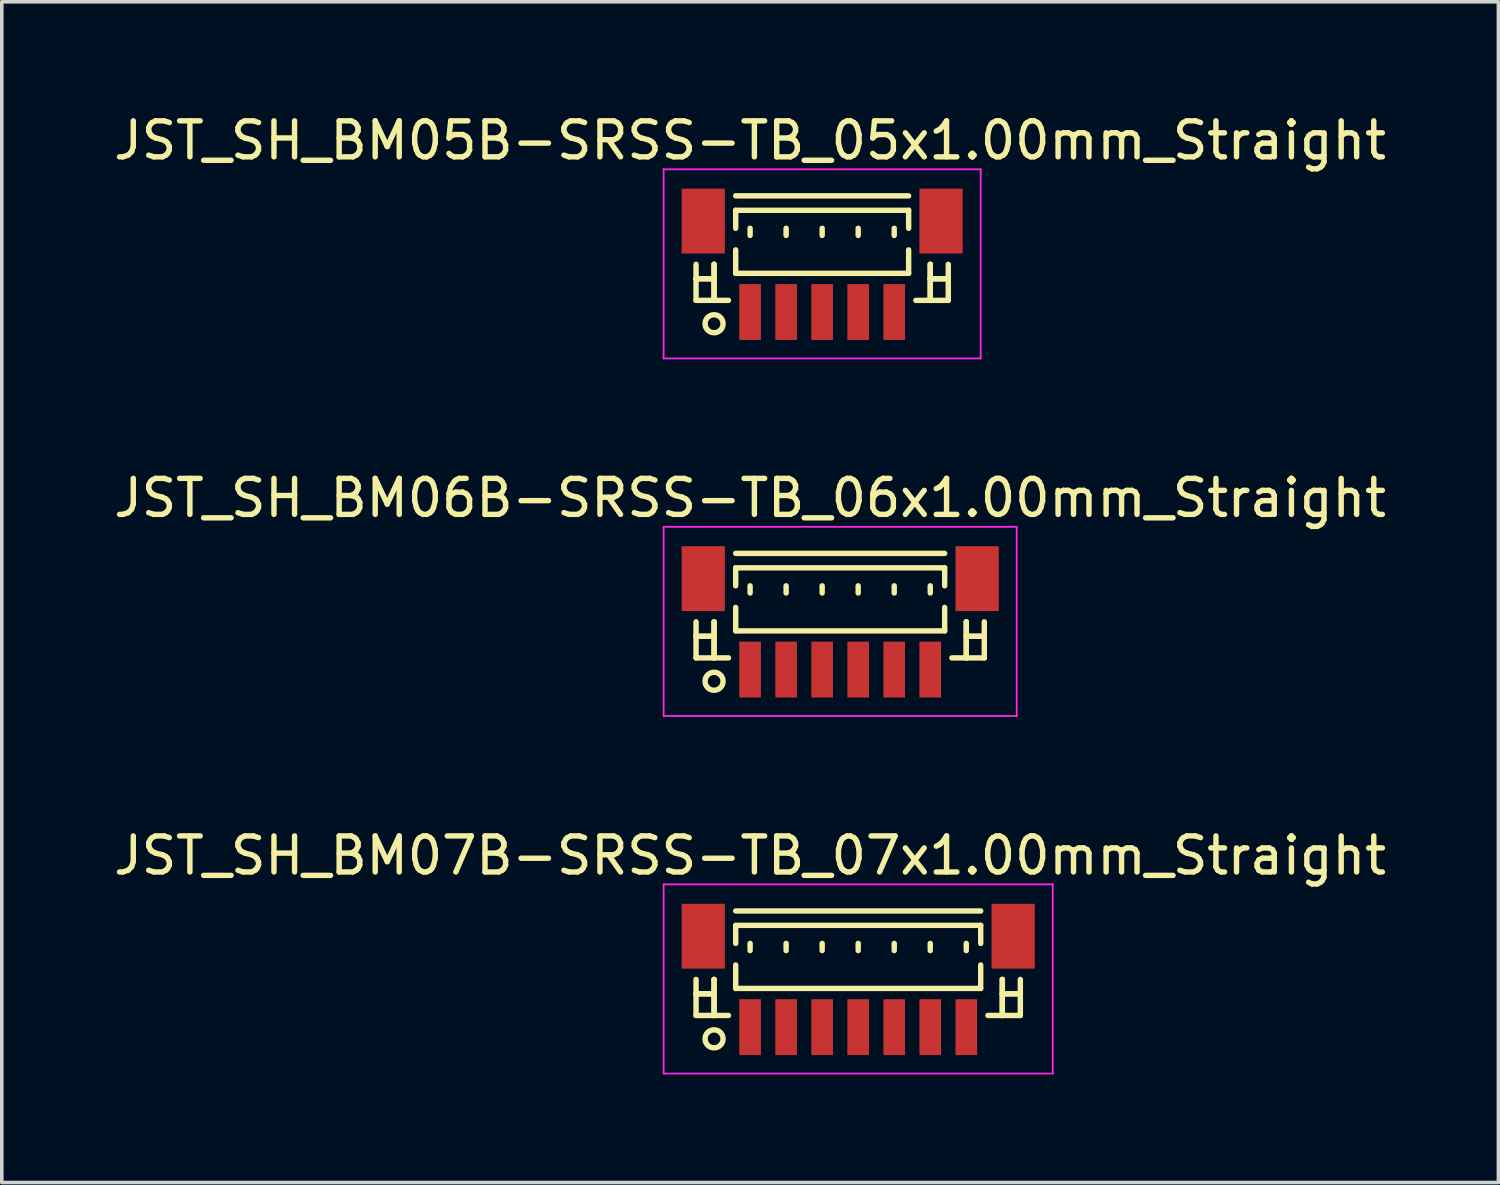
<source format=kicad_pcb>
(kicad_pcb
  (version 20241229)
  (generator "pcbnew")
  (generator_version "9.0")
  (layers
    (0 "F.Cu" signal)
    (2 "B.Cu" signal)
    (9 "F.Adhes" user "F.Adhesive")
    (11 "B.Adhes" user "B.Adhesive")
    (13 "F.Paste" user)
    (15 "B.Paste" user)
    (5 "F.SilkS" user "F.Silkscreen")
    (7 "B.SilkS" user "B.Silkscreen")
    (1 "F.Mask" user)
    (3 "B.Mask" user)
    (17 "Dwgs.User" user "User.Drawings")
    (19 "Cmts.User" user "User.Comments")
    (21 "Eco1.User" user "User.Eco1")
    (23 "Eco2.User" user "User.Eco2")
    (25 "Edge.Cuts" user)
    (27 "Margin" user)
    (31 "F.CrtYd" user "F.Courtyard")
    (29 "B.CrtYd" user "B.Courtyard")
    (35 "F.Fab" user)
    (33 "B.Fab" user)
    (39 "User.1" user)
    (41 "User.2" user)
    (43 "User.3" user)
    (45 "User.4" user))
  (footprint "JST_SH_BM06B-SRSS-TB_06x1.00mm_Straight"
    (layer "F.Cu")
    (at 20.268 14.271)
    (property "Reference" "JST_SH_BM06B-SRSS-TB_06x1.00mm_Straight" (at -2.5 -3.5 0) (layer "F.SilkS") (effects (font (size 1 1) (thickness 0.15))))
    (attr smd)
    (fp_line (start -4 -0.062) (end -4 0.938) (stroke (width 0.15) (type solid)) (layer "F.SilkS"))
    (fp_line (start -4 0.338) (end -4 0.338) (stroke (width 0.15) (type solid)) (layer "F.SilkS"))
    (fp_line (start -4 0.338) (end -3.5 0.338) (stroke (width 0.15) (type solid)) (layer "F.SilkS"))
    (fp_line (start -4 0.938) (end -3.1 0.938) (stroke (width 0.15) (type solid)) (layer "F.SilkS"))
    (fp_line (start -3.5 -0.062) (end -3.5 -0.062) (stroke (width 0.15) (type solid)) (layer "F.SilkS"))
    (fp_line (start -3.5 -0.062) (end -3.5 0.938) (stroke (width 0.15) (type solid)) (layer "F.SilkS"))
    (fp_line (start -3.5 0.338) (end -4 0.338) (stroke (width 0.15) (type solid)) (layer "F.SilkS"))
    (fp_line (start -3.5 0.338) (end -3.5 0.338) (stroke (width 0.15) (type solid)) (layer "F.SilkS"))
    (fp_line (start -3.5 0.938) (end -3.5 -0.062) (stroke (width 0.15) (type solid)) (layer "F.SilkS"))
    (fp_line (start -3.5 0.938) (end -3.5 0.938) (stroke (width 0.15) (type solid)) (layer "F.SilkS"))
    (fp_line (start -2.9 -1.962) (end 2.9 -1.962) (stroke (width 0.15) (type solid)) (layer "F.SilkS"))
    (fp_line (start -2.9 -1.562) (end 2.9 -1.562) (stroke (width 0.15) (type solid)) (layer "F.SilkS"))
    (fp_line (start -2.9 -1.062) (end -2.9 -1.562) (stroke (width 0.15) (type solid)) (layer "F.SilkS"))
    (fp_line (start -2.9 -0.463) (end -2.9 0.188) (stroke (width 0.15) (type solid)) (layer "F.SilkS"))
    (fp_line (start -2.9 0.188) (end 2.9 0.188) (stroke (width 0.15) (type solid)) (layer "F.SilkS"))
    (fp_line (start -2.5 -1.062) (end -2.5 -0.863) (stroke (width 0.15) (type solid)) (layer "F.SilkS"))
    (fp_line (start -1.5 -1.062) (end -1.5 -0.863) (stroke (width 0.15) (type solid)) (layer "F.SilkS"))
    (fp_line (start -0.5 -1.062) (end -0.5 -0.863) (stroke (width 0.15) (type solid)) (layer "F.SilkS"))
    (fp_line (start 0.5 -1.062) (end 0.5 -0.863) (stroke (width 0.15) (type solid)) (layer "F.SilkS"))
    (fp_line (start 1.5 -1.062) (end 1.5 -0.863) (stroke (width 0.15) (type solid)) (layer "F.SilkS"))
    (fp_line (start 2.5 -1.062) (end 2.5 -0.863) (stroke (width 0.15) (type solid)) (layer "F.SilkS"))
    (fp_line (start 2.9 -1.562) (end 2.9 -1.062) (stroke (width 0.15) (type solid)) (layer "F.SilkS"))
    (fp_line (start 2.9 0.188) (end 2.9 -0.463) (stroke (width 0.15) (type solid)) (layer "F.SilkS"))
    (fp_line (start 3.5 -0.062) (end 3.5 -0.062) (stroke (width 0.15) (type solid)) (layer "F.SilkS"))
    (fp_line (start 3.5 -0.062) (end 3.5 0.938) (stroke (width 0.15) (type solid)) (layer "F.SilkS"))
    (fp_line (start 3.5 0.338) (end 3.5 0.338) (stroke (width 0.15) (type solid)) (layer "F.SilkS"))
    (fp_line (start 3.5 0.338) (end 4 0.338) (stroke (width 0.15) (type solid)) (layer "F.SilkS"))
    (fp_line (start 3.5 0.938) (end 3.5 -0.062) (stroke (width 0.15) (type solid)) (layer "F.SilkS"))
    (fp_line (start 3.5 0.938) (end 3.5 0.938) (stroke (width 0.15) (type solid)) (layer "F.SilkS"))
    (fp_line (start 4 -0.062) (end 4 0.938) (stroke (width 0.15) (type solid)) (layer "F.SilkS"))
    (fp_line (start 4 0.338) (end 3.5 0.338) (stroke (width 0.15) (type solid)) (layer "F.SilkS"))
    (fp_line (start 4 0.338) (end 4 0.338) (stroke (width 0.15) (type solid)) (layer "F.SilkS"))
    (fp_line (start 4 0.938) (end 3.1 0.938) (stroke (width 0.15) (type solid)) (layer "F.SilkS"))
    (fp_circle (center -3.5 1.587) (end -3.25 1.587) (stroke (width 0.15) (type solid)) (fill no) (layer "F.SilkS"))
    (fp_line (start -4.9 -2.7) (end 4.9 -2.7) (stroke (width 0.05) (type solid)) (layer "F.CrtYd"))
    (fp_line (start -4.9 2.55) (end -4.9 -2.7) (stroke (width 0.05) (type solid)) (layer "F.CrtYd"))
    (fp_line (start 4.9 -2.7) (end 4.9 2.55) (stroke (width 0.05) (type solid)) (layer "F.CrtYd"))
    (fp_line (start 4.9 2.55) (end -4.9 2.55) (stroke (width 0.05) (type solid)) (layer "F.CrtYd"))
    (pad "" smd rect (at -3.8 -1.262) (size 1.2 1.8) (layers "F.Cu" "F.Mask" "F.Paste"))
    (pad "" smd rect (at 3.8 -1.262) (size 1.2 1.8) (layers "F.Cu" "F.Mask" "F.Paste"))
    (pad "1" smd rect (at -2.5 1.262) (size 0.6 1.55) (layers "F.Cu" "F.Mask" "F.Paste"))
    (pad "2" smd rect (at -1.5 1.262) (size 0.6 1.55) (layers "F.Cu" "F.Mask" "F.Paste"))
    (pad "3" smd rect (at -0.5 1.262) (size 0.6 1.55) (layers "F.Cu" "F.Mask" "F.Paste"))
    (pad "4" smd rect (at 0.5 1.262) (size 0.6 1.55) (layers "F.Cu" "F.Mask" "F.Paste"))
    (pad "5" smd rect (at 1.5 1.262) (size 0.6 1.55) (layers "F.Cu" "F.Mask" "F.Paste"))
    (pad "6" smd rect (at 2.5 1.262) (size 0.6 1.55) (layers "F.Cu" "F.Mask" "F.Paste")))
  (footprint "JST_SH_BM05B-SRSS-TB_05x1.00mm_Straight"
    (layer "F.Cu")
    (at 19.768 4.348)
    (property "Reference" "JST_SH_BM05B-SRSS-TB_05x1.00mm_Straight" (at -2 -3.5 0) (layer "F.SilkS") (effects (font (size 1 1) (thickness 0.15))))
    (attr smd)
    (fp_line (start -3.5 -0.062) (end -3.5 0.938) (stroke (width 0.15) (type solid)) (layer "F.SilkS"))
    (fp_line (start -3.5 0.338) (end -3.5 0.338) (stroke (width 0.15) (type solid)) (layer "F.SilkS"))
    (fp_line (start -3.5 0.338) (end -3 0.338) (stroke (width 0.15) (type solid)) (layer "F.SilkS"))
    (fp_line (start -3.5 0.938) (end -2.6 0.938) (stroke (width 0.15) (type solid)) (layer "F.SilkS"))
    (fp_line (start -3 -0.062) (end -3 -0.062) (stroke (width 0.15) (type solid)) (layer "F.SilkS"))
    (fp_line (start -3 -0.062) (end -3 0.938) (stroke (width 0.15) (type solid)) (layer "F.SilkS"))
    (fp_line (start -3 0.338) (end -3.5 0.338) (stroke (width 0.15) (type solid)) (layer "F.SilkS"))
    (fp_line (start -3 0.338) (end -3 0.338) (stroke (width 0.15) (type solid)) (layer "F.SilkS"))
    (fp_line (start -3 0.938) (end -3 -0.062) (stroke (width 0.15) (type solid)) (layer "F.SilkS"))
    (fp_line (start -3 0.938) (end -3 0.938) (stroke (width 0.15) (type solid)) (layer "F.SilkS"))
    (fp_line (start -2.4 -1.962) (end 2.4 -1.962) (stroke (width 0.15) (type solid)) (layer "F.SilkS"))
    (fp_line (start -2.4 -1.562) (end 2.4 -1.562) (stroke (width 0.15) (type solid)) (layer "F.SilkS"))
    (fp_line (start -2.4 -1.062) (end -2.4 -1.562) (stroke (width 0.15) (type solid)) (layer "F.SilkS"))
    (fp_line (start -2.4 -0.463) (end -2.4 0.188) (stroke (width 0.15) (type solid)) (layer "F.SilkS"))
    (fp_line (start -2.4 0.188) (end 2.4 0.188) (stroke (width 0.15) (type solid)) (layer "F.SilkS"))
    (fp_line (start -2 -1.062) (end -2 -0.863) (stroke (width 0.15) (type solid)) (layer "F.SilkS"))
    (fp_line (start -1 -1.062) (end -1 -0.863) (stroke (width 0.15) (type solid)) (layer "F.SilkS"))
    (fp_line (start 0 -1.062) (end 0 -0.863) (stroke (width 0.15) (type solid)) (layer "F.SilkS"))
    (fp_line (start 1 -1.062) (end 1 -0.863) (stroke (width 0.15) (type solid)) (layer "F.SilkS"))
    (fp_line (start 2 -1.062) (end 2 -0.863) (stroke (width 0.15) (type solid)) (layer "F.SilkS"))
    (fp_line (start 2.4 -1.562) (end 2.4 -1.062) (stroke (width 0.15) (type solid)) (layer "F.SilkS"))
    (fp_line (start 2.4 0.188) (end 2.4 -0.463) (stroke (width 0.15) (type solid)) (layer "F.SilkS"))
    (fp_line (start 3 -0.062) (end 3 -0.062) (stroke (width 0.15) (type solid)) (layer "F.SilkS"))
    (fp_line (start 3 -0.062) (end 3 0.938) (stroke (width 0.15) (type solid)) (layer "F.SilkS"))
    (fp_line (start 3 0.338) (end 3 0.338) (stroke (width 0.15) (type solid)) (layer "F.SilkS"))
    (fp_line (start 3 0.338) (end 3.5 0.338) (stroke (width 0.15) (type solid)) (layer "F.SilkS"))
    (fp_line (start 3 0.938) (end 3 -0.062) (stroke (width 0.15) (type solid)) (layer "F.SilkS"))
    (fp_line (start 3 0.938) (end 3 0.938) (stroke (width 0.15) (type solid)) (layer "F.SilkS"))
    (fp_line (start 3.5 -0.062) (end 3.5 0.938) (stroke (width 0.15) (type solid)) (layer "F.SilkS"))
    (fp_line (start 3.5 0.338) (end 3 0.338) (stroke (width 0.15) (type solid)) (layer "F.SilkS"))
    (fp_line (start 3.5 0.338) (end 3.5 0.338) (stroke (width 0.15) (type solid)) (layer "F.SilkS"))
    (fp_line (start 3.5 0.938) (end 2.6 0.938) (stroke (width 0.15) (type solid)) (layer "F.SilkS"))
    (fp_circle (center -3 1.587) (end -2.75 1.587) (stroke (width 0.15) (type solid)) (fill no) (layer "F.SilkS"))
    (fp_line (start -4.4 -2.7) (end 4.4 -2.7) (stroke (width 0.05) (type solid)) (layer "F.CrtYd"))
    (fp_line (start -4.4 2.55) (end -4.4 -2.7) (stroke (width 0.05) (type solid)) (layer "F.CrtYd"))
    (fp_line (start 4.4 -2.7) (end 4.4 2.55) (stroke (width 0.05) (type solid)) (layer "F.CrtYd"))
    (fp_line (start 4.4 2.55) (end -4.4 2.55) (stroke (width 0.05) (type solid)) (layer "F.CrtYd"))
    (pad "" smd rect (at -3.3 -1.262) (size 1.2 1.8) (layers "F.Cu" "F.Mask" "F.Paste"))
    (pad "" smd rect (at 3.3 -1.262) (size 1.2 1.8) (layers "F.Cu" "F.Mask" "F.Paste"))
    (pad "1" smd rect (at -2 1.262) (size 0.6 1.55) (layers "F.Cu" "F.Mask" "F.Paste"))
    (pad "2" smd rect (at -1 1.262) (size 0.6 1.55) (layers "F.Cu" "F.Mask" "F.Paste"))
    (pad "3" smd rect (at 0 1.262) (size 0.6 1.55) (layers "F.Cu" "F.Mask" "F.Paste"))
    (pad "4" smd rect (at 1 1.262) (size 0.6 1.55) (layers "F.Cu" "F.Mask" "F.Paste"))
    (pad "5" smd rect (at 2 1.262) (size 0.6 1.55) (layers "F.Cu" "F.Mask" "F.Paste")))
  (footprint "JST_SH_BM07B-SRSS-TB_07x1.00mm_Straight"
    (layer "F.Cu")
    (at 20.768 24.195)
    (property "Reference" "JST_SH_BM07B-SRSS-TB_07x1.00mm_Straight" (at -3 -3.5 0) (layer "F.SilkS") (effects (font (size 1 1) (thickness 0.15))))
    (attr smd)
    (fp_line (start -4.5 -0.062) (end -4.5 0.938) (stroke (width 0.15) (type solid)) (layer "F.SilkS"))
    (fp_line (start -4.5 0.338) (end -4.5 0.338) (stroke (width 0.15) (type solid)) (layer "F.SilkS"))
    (fp_line (start -4.5 0.338) (end -4 0.338) (stroke (width 0.15) (type solid)) (layer "F.SilkS"))
    (fp_line (start -4.5 0.938) (end -3.6 0.938) (stroke (width 0.15) (type solid)) (layer "F.SilkS"))
    (fp_line (start -4 -0.062) (end -4 -0.062) (stroke (width 0.15) (type solid)) (layer "F.SilkS"))
    (fp_line (start -4 -0.062) (end -4 0.938) (stroke (width 0.15) (type solid)) (layer "F.SilkS"))
    (fp_line (start -4 0.338) (end -4.5 0.338) (stroke (width 0.15) (type solid)) (layer "F.SilkS"))
    (fp_line (start -4 0.338) (end -4 0.338) (stroke (width 0.15) (type solid)) (layer "F.SilkS"))
    (fp_line (start -4 0.938) (end -4 -0.062) (stroke (width 0.15) (type solid)) (layer "F.SilkS"))
    (fp_line (start -4 0.938) (end -4 0.938) (stroke (width 0.15) (type solid)) (layer "F.SilkS"))
    (fp_line (start -3.4 -1.962) (end 3.4 -1.962) (stroke (width 0.15) (type solid)) (layer "F.SilkS"))
    (fp_line (start -3.4 -1.562) (end 3.4 -1.562) (stroke (width 0.15) (type solid)) (layer "F.SilkS"))
    (fp_line (start -3.4 -1.062) (end -3.4 -1.562) (stroke (width 0.15) (type solid)) (layer "F.SilkS"))
    (fp_line (start -3.4 -0.463) (end -3.4 0.188) (stroke (width 0.15) (type solid)) (layer "F.SilkS"))
    (fp_line (start -3.4 0.188) (end 3.4 0.188) (stroke (width 0.15) (type solid)) (layer "F.SilkS"))
    (fp_line (start -3 -1.062) (end -3 -0.863) (stroke (width 0.15) (type solid)) (layer "F.SilkS"))
    (fp_line (start -2 -1.062) (end -2 -0.863) (stroke (width 0.15) (type solid)) (layer "F.SilkS"))
    (fp_line (start -1 -1.062) (end -1 -0.863) (stroke (width 0.15) (type solid)) (layer "F.SilkS"))
    (fp_line (start 0 -1.062) (end 0 -0.863) (stroke (width 0.15) (type solid)) (layer "F.SilkS"))
    (fp_line (start 1 -1.062) (end 1 -0.863) (stroke (width 0.15) (type solid)) (layer "F.SilkS"))
    (fp_line (start 2 -1.062) (end 2 -0.863) (stroke (width 0.15) (type solid)) (layer "F.SilkS"))
    (fp_line (start 3 -1.062) (end 3 -0.863) (stroke (width 0.15) (type solid)) (layer "F.SilkS"))
    (fp_line (start 3.4 -1.562) (end 3.4 -1.062) (stroke (width 0.15) (type solid)) (layer "F.SilkS"))
    (fp_line (start 3.4 0.188) (end 3.4 -0.463) (stroke (width 0.15) (type solid)) (layer "F.SilkS"))
    (fp_line (start 4 -0.062) (end 4 -0.062) (stroke (width 0.15) (type solid)) (layer "F.SilkS"))
    (fp_line (start 4 -0.062) (end 4 0.938) (stroke (width 0.15) (type solid)) (layer "F.SilkS"))
    (fp_line (start 4 0.338) (end 4 0.338) (stroke (width 0.15) (type solid)) (layer "F.SilkS"))
    (fp_line (start 4 0.338) (end 4.5 0.338) (stroke (width 0.15) (type solid)) (layer "F.SilkS"))
    (fp_line (start 4 0.938) (end 4 -0.062) (stroke (width 0.15) (type solid)) (layer "F.SilkS"))
    (fp_line (start 4 0.938) (end 4 0.938) (stroke (width 0.15) (type solid)) (layer "F.SilkS"))
    (fp_line (start 4.5 -0.062) (end 4.5 0.938) (stroke (width 0.15) (type solid)) (layer "F.SilkS"))
    (fp_line (start 4.5 0.338) (end 4 0.338) (stroke (width 0.15) (type solid)) (layer "F.SilkS"))
    (fp_line (start 4.5 0.338) (end 4.5 0.338) (stroke (width 0.15) (type solid)) (layer "F.SilkS"))
    (fp_line (start 4.5 0.938) (end 3.6 0.938) (stroke (width 0.15) (type solid)) (layer "F.SilkS"))
    (fp_circle (center -4 1.587) (end -3.75 1.587) (stroke (width 0.15) (type solid)) (fill no) (layer "F.SilkS"))
    (fp_line (start -5.4 -2.7) (end 5.4 -2.7) (stroke (width 0.05) (type solid)) (layer "F.CrtYd"))
    (fp_line (start -5.4 2.55) (end -5.4 -2.7) (stroke (width 0.05) (type solid)) (layer "F.CrtYd"))
    (fp_line (start 5.4 -2.7) (end 5.4 2.55) (stroke (width 0.05) (type solid)) (layer "F.CrtYd"))
    (fp_line (start 5.4 2.55) (end -5.4 2.55) (stroke (width 0.05) (type solid)) (layer "F.CrtYd"))
    (pad "" smd rect (at -4.3 -1.262) (size 1.2 1.8) (layers "F.Cu" "F.Mask" "F.Paste"))
    (pad "" smd rect (at 4.3 -1.262) (size 1.2 1.8) (layers "F.Cu" "F.Mask" "F.Paste"))
    (pad "1" smd rect (at -3 1.262) (size 0.6 1.55) (layers "F.Cu" "F.Mask" "F.Paste"))
    (pad "2" smd rect (at -2 1.262) (size 0.6 1.55) (layers "F.Cu" "F.Mask" "F.Paste"))
    (pad "3" smd rect (at -1 1.262) (size 0.6 1.55) (layers "F.Cu" "F.Mask" "F.Paste"))
    (pad "4" smd rect (at 0 1.262) (size 0.6 1.55) (layers "F.Cu" "F.Mask" "F.Paste"))
    (pad "5" smd rect (at 1 1.262) (size 0.6 1.55) (layers "F.Cu" "F.Mask" "F.Paste"))
    (pad "6" smd rect (at 2 1.262) (size 0.6 1.55) (layers "F.Cu" "F.Mask" "F.Paste"))
    (pad "7" smd rect (at 3 1.262) (size 0.6 1.55) (layers "F.Cu" "F.Mask" "F.Paste")))
  (gr_rect
    (start -3 -3)
    (end 38.536 29.77)
    (stroke (width 0.1) (type default))
    (fill no)
    (layer "Edge.Cuts")))
</source>
